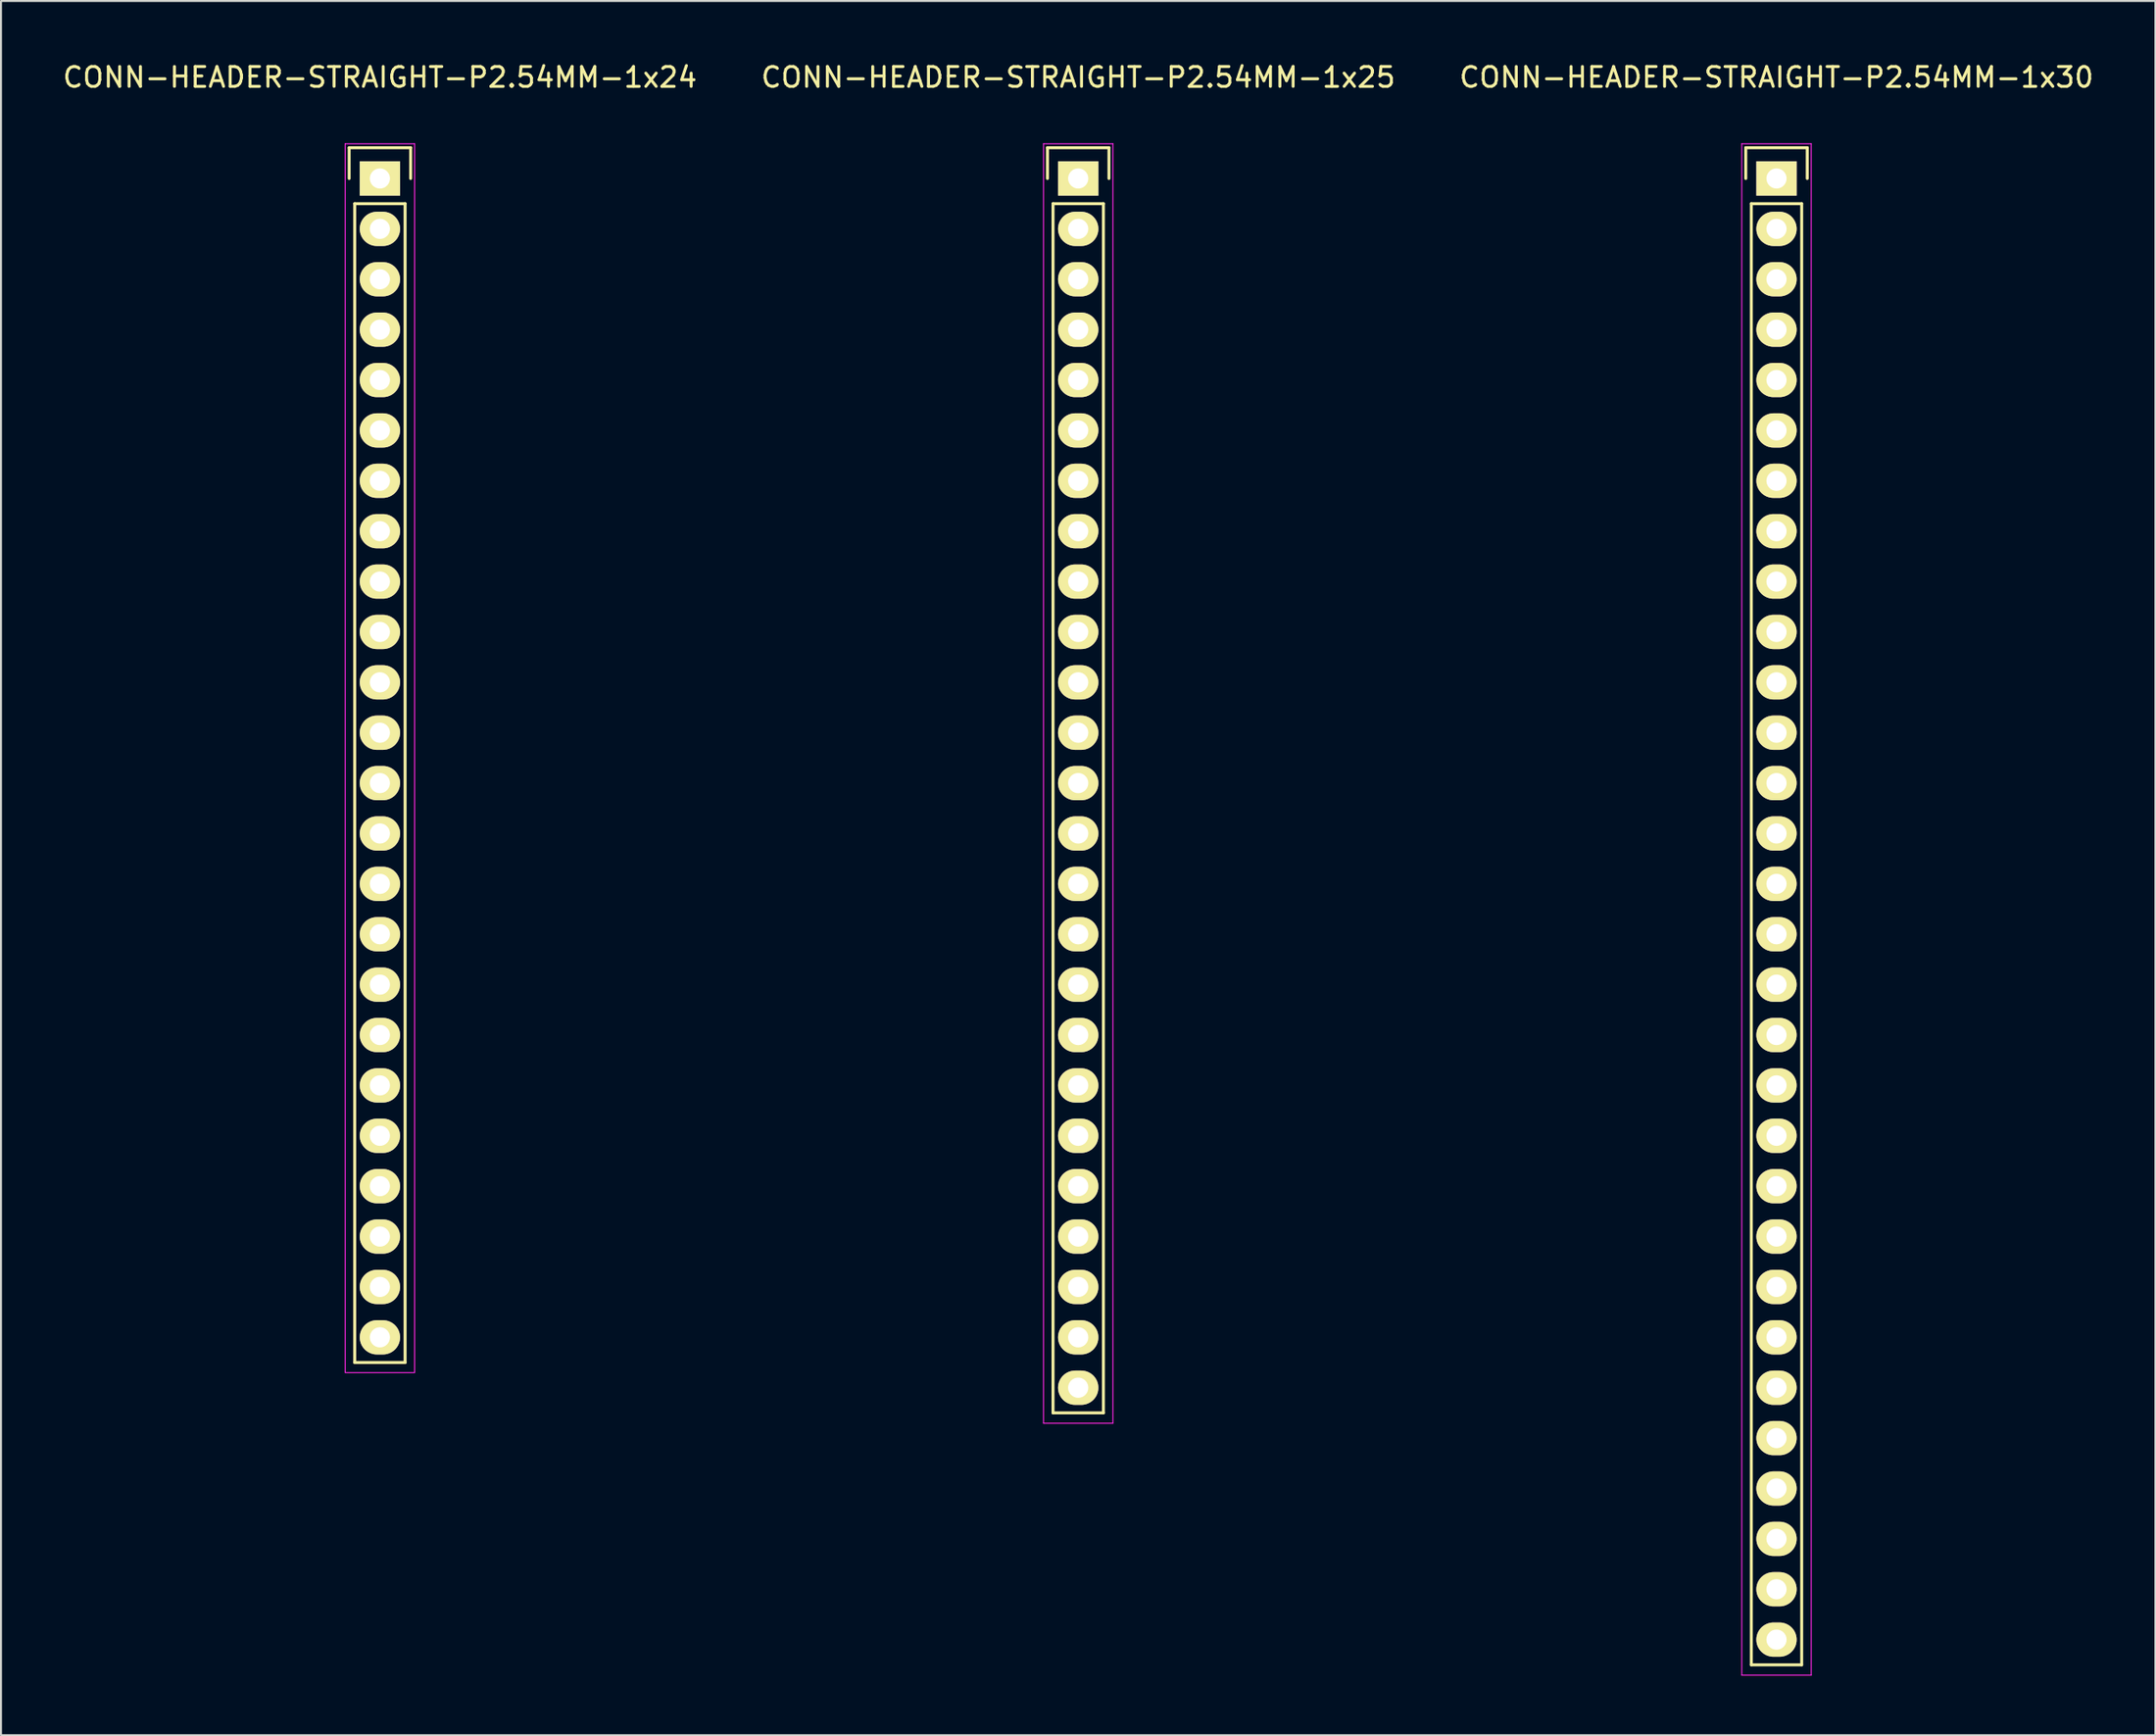
<source format=kicad_pcb>
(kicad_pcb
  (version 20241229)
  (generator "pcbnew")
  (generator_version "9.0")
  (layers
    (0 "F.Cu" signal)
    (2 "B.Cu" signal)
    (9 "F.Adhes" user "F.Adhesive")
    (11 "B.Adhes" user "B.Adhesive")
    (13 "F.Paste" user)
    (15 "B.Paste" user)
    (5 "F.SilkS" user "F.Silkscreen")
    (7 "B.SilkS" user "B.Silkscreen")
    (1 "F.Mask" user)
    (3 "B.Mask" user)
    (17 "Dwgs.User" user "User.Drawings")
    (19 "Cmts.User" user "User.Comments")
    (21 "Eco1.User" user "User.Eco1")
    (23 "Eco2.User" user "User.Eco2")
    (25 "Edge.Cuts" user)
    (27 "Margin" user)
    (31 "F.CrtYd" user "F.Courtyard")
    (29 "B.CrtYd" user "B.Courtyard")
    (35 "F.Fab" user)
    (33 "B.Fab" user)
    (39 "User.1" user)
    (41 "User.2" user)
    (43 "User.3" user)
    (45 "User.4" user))
  (footprint "CONN-HEADER-STRAIGHT-P2.54MM-1x24"
    (layer "F.Cu")
    (at 16.101 5.948)
    (property "Reference" "CONN-HEADER-STRAIGHT-P2.54MM-1x24" (at 0 -5.1 0) (layer "F.SilkS") (effects (font (size 1 1) (thickness 0.15))))
    (attr through_hole)
    (fp_line (start -1.55 -1.55) (end 1.55 -1.55) (stroke (width 0.15) (type solid)) (layer "F.SilkS"))
    (fp_line (start -1.55 0) (end -1.55 -1.55) (stroke (width 0.15) (type solid)) (layer "F.SilkS"))
    (fp_line (start -1.27 1.27) (end -1.27 59.69) (stroke (width 0.15) (type solid)) (layer "F.SilkS"))
    (fp_line (start -1.27 59.69) (end 1.27 59.69) (stroke (width 0.15) (type solid)) (layer "F.SilkS"))
    (fp_line (start 1.27 1.27) (end -1.27 1.27) (stroke (width 0.15) (type solid)) (layer "F.SilkS"))
    (fp_line (start 1.27 1.27) (end 1.27 59.69) (stroke (width 0.15) (type solid)) (layer "F.SilkS"))
    (fp_line (start 1.55 -1.55) (end 1.55 0) (stroke (width 0.15) (type solid)) (layer "F.SilkS"))
    (fp_line (start -1.75 -1.75) (end -1.75 60.2) (stroke (width 0.05) (type solid)) (layer "F.CrtYd"))
    (fp_line (start -1.75 -1.75) (end 1.75 -1.75) (stroke (width 0.05) (type solid)) (layer "F.CrtYd"))
    (fp_line (start -1.75 60.2) (end 1.75 60.2) (stroke (width 0.05) (type solid)) (layer "F.CrtYd"))
    (fp_line (start 1.75 -1.75) (end 1.75 60.2) (stroke (width 0.05) (type solid)) (layer "F.CrtYd"))
    (pad "1" thru_hole rect (at 0 0) (size 2.032 1.727) (drill 1.016) (layers "*.Cu" "*.Mask" "F.SilkS"))
    (pad "2" thru_hole oval (at 0 2.54) (size 2.032 1.727) (drill 1.016) (layers "*.Cu" "*.Mask" "F.SilkS"))
    (pad "3" thru_hole oval (at 0 5.08) (size 2.032 1.727) (drill 1.016) (layers "*.Cu" "*.Mask" "F.SilkS"))
    (pad "4" thru_hole oval (at 0 7.62) (size 2.032 1.727) (drill 1.016) (layers "*.Cu" "*.Mask" "F.SilkS"))
    (pad "5" thru_hole oval (at 0 10.16) (size 2.032 1.727) (drill 1.016) (layers "*.Cu" "*.Mask" "F.SilkS"))
    (pad "6" thru_hole oval (at 0 12.7) (size 2.032 1.727) (drill 1.016) (layers "*.Cu" "*.Mask" "F.SilkS"))
    (pad "7" thru_hole oval (at 0 15.24) (size 2.032 1.727) (drill 1.016) (layers "*.Cu" "*.Mask" "F.SilkS"))
    (pad "8" thru_hole oval (at 0 17.78) (size 2.032 1.727) (drill 1.016) (layers "*.Cu" "*.Mask" "F.SilkS"))
    (pad "9" thru_hole oval (at 0 20.32) (size 2.032 1.727) (drill 1.016) (layers "*.Cu" "*.Mask" "F.SilkS"))
    (pad "10" thru_hole oval (at 0 22.86) (size 2.032 1.727) (drill 1.016) (layers "*.Cu" "*.Mask" "F.SilkS"))
    (pad "11" thru_hole oval (at 0 25.4) (size 2.032 1.727) (drill 1.016) (layers "*.Cu" "*.Mask" "F.SilkS"))
    (pad "12" thru_hole oval (at 0 27.94) (size 2.032 1.727) (drill 1.016) (layers "*.Cu" "*.Mask" "F.SilkS"))
    (pad "13" thru_hole oval (at 0 30.48) (size 2.032 1.727) (drill 1.016) (layers "*.Cu" "*.Mask" "F.SilkS"))
    (pad "14" thru_hole oval (at 0 33.02) (size 2.032 1.727) (drill 1.016) (layers "*.Cu" "*.Mask" "F.SilkS"))
    (pad "15" thru_hole oval (at 0 35.56) (size 2.032 1.727) (drill 1.016) (layers "*.Cu" "*.Mask" "F.SilkS"))
    (pad "16" thru_hole oval (at 0 38.1) (size 2.032 1.727) (drill 1.016) (layers "*.Cu" "*.Mask" "F.SilkS"))
    (pad "17" thru_hole oval (at 0 40.64) (size 2.032 1.727) (drill 1.016) (layers "*.Cu" "*.Mask" "F.SilkS"))
    (pad "18" thru_hole oval (at 0 43.18) (size 2.032 1.727) (drill 1.016) (layers "*.Cu" "*.Mask" "F.SilkS"))
    (pad "19" thru_hole oval (at 0 45.72) (size 2.032 1.727) (drill 1.016) (layers "*.Cu" "*.Mask" "F.SilkS"))
    (pad "20" thru_hole oval (at 0 48.26) (size 2.032 1.727) (drill 1.016) (layers "*.Cu" "*.Mask" "F.SilkS"))
    (pad "21" thru_hole oval (at 0 50.8) (size 2.032 1.727) (drill 1.016) (layers "*.Cu" "*.Mask" "F.SilkS"))
    (pad "22" thru_hole oval (at 0 53.34) (size 2.032 1.727) (drill 1.016) (layers "*.Cu" "*.Mask" "F.SilkS"))
    (pad "23" thru_hole oval (at 0 55.88) (size 2.032 1.727) (drill 1.016) (layers "*.Cu" "*.Mask" "F.SilkS"))
    (pad "24" thru_hole oval (at 0 58.42) (size 2.032 1.727) (drill 1.016) (layers "*.Cu" "*.Mask" "F.SilkS")))
  (footprint "CONN-HEADER-STRAIGHT-P2.54MM-1x30"
    (layer "F.Cu")
    (at 86.506 5.948)
    (property "Reference" "CONN-HEADER-STRAIGHT-P2.54MM-1x30" (at 0 -5.1 0) (layer "F.SilkS") (effects (font (size 1 1) (thickness 0.15))))
    (attr through_hole)
    (fp_line (start -1.55 -1.55) (end 1.55 -1.55) (stroke (width 0.15) (type solid)) (layer "F.SilkS"))
    (fp_line (start -1.55 0) (end -1.55 -1.55) (stroke (width 0.15) (type solid)) (layer "F.SilkS"))
    (fp_line (start -1.27 1.27) (end -1.27 74.93) (stroke (width 0.15) (type solid)) (layer "F.SilkS"))
    (fp_line (start -1.27 74.93) (end 1.27 74.93) (stroke (width 0.15) (type solid)) (layer "F.SilkS"))
    (fp_line (start 1.27 1.27) (end -1.27 1.27) (stroke (width 0.15) (type solid)) (layer "F.SilkS"))
    (fp_line (start 1.27 74.93) (end 1.27 1.27) (stroke (width 0.15) (type solid)) (layer "F.SilkS"))
    (fp_line (start 1.55 -1.55) (end 1.55 0) (stroke (width 0.15) (type solid)) (layer "F.SilkS"))
    (fp_line (start -1.75 -1.75) (end -1.75 75.45) (stroke (width 0.05) (type solid)) (layer "F.CrtYd"))
    (fp_line (start -1.75 -1.75) (end 1.75 -1.75) (stroke (width 0.05) (type solid)) (layer "F.CrtYd"))
    (fp_line (start -1.75 75.45) (end 1.75 75.45) (stroke (width 0.05) (type solid)) (layer "F.CrtYd"))
    (fp_line (start 1.75 -1.75) (end 1.75 75.45) (stroke (width 0.05) (type solid)) (layer "F.CrtYd"))
    (pad "1" thru_hole rect (at 0 0) (size 2.032 1.727) (drill 1.016) (layers "*.Cu" "*.Mask" "F.SilkS"))
    (pad "2" thru_hole oval (at 0 2.54) (size 2.032 1.727) (drill 1.016) (layers "*.Cu" "*.Mask" "F.SilkS"))
    (pad "3" thru_hole oval (at 0 5.08) (size 2.032 1.727) (drill 1.016) (layers "*.Cu" "*.Mask" "F.SilkS"))
    (pad "4" thru_hole oval (at 0 7.62) (size 2.032 1.727) (drill 1.016) (layers "*.Cu" "*.Mask" "F.SilkS"))
    (pad "5" thru_hole oval (at 0 10.16) (size 2.032 1.727) (drill 1.016) (layers "*.Cu" "*.Mask" "F.SilkS"))
    (pad "6" thru_hole oval (at 0 12.7) (size 2.032 1.727) (drill 1.016) (layers "*.Cu" "*.Mask" "F.SilkS"))
    (pad "7" thru_hole oval (at 0 15.24) (size 2.032 1.727) (drill 1.016) (layers "*.Cu" "*.Mask" "F.SilkS"))
    (pad "8" thru_hole oval (at 0 17.78) (size 2.032 1.727) (drill 1.016) (layers "*.Cu" "*.Mask" "F.SilkS"))
    (pad "9" thru_hole oval (at 0 20.32) (size 2.032 1.727) (drill 1.016) (layers "*.Cu" "*.Mask" "F.SilkS"))
    (pad "10" thru_hole oval (at 0 22.86) (size 2.032 1.727) (drill 1.016) (layers "*.Cu" "*.Mask" "F.SilkS"))
    (pad "11" thru_hole oval (at 0 25.4) (size 2.032 1.727) (drill 1.016) (layers "*.Cu" "*.Mask" "F.SilkS"))
    (pad "12" thru_hole oval (at 0 27.94) (size 2.032 1.727) (drill 1.016) (layers "*.Cu" "*.Mask" "F.SilkS"))
    (pad "13" thru_hole oval (at 0 30.48) (size 2.032 1.727) (drill 1.016) (layers "*.Cu" "*.Mask" "F.SilkS"))
    (pad "14" thru_hole oval (at 0 33.02) (size 2.032 1.727) (drill 1.016) (layers "*.Cu" "*.Mask" "F.SilkS"))
    (pad "15" thru_hole oval (at 0 35.56) (size 2.032 1.727) (drill 1.016) (layers "*.Cu" "*.Mask" "F.SilkS"))
    (pad "16" thru_hole oval (at 0 38.1) (size 2.032 1.727) (drill 1.016) (layers "*.Cu" "*.Mask" "F.SilkS"))
    (pad "17" thru_hole oval (at 0 40.64) (size 2.032 1.727) (drill 1.016) (layers "*.Cu" "*.Mask" "F.SilkS"))
    (pad "18" thru_hole oval (at 0 43.18) (size 2.032 1.727) (drill 1.016) (layers "*.Cu" "*.Mask" "F.SilkS"))
    (pad "19" thru_hole oval (at 0 45.72) (size 2.032 1.727) (drill 1.016) (layers "*.Cu" "*.Mask" "F.SilkS"))
    (pad "20" thru_hole oval (at 0 48.26) (size 2.032 1.727) (drill 1.016) (layers "*.Cu" "*.Mask" "F.SilkS"))
    (pad "21" thru_hole oval (at 0 50.8) (size 2.032 1.727) (drill 1.016) (layers "*.Cu" "*.Mask" "F.SilkS"))
    (pad "22" thru_hole oval (at 0 53.34) (size 2.032 1.727) (drill 1.016) (layers "*.Cu" "*.Mask" "F.SilkS"))
    (pad "23" thru_hole oval (at 0 55.88) (size 2.032 1.727) (drill 1.016) (layers "*.Cu" "*.Mask" "F.SilkS"))
    (pad "24" thru_hole oval (at 0 58.42) (size 2.032 1.727) (drill 1.016) (layers "*.Cu" "*.Mask" "F.SilkS"))
    (pad "25" thru_hole oval (at 0 60.96) (size 2.032 1.727) (drill 1.016) (layers "*.Cu" "*.Mask" "F.SilkS"))
    (pad "26" thru_hole oval (at 0 63.5) (size 2.032 1.727) (drill 1.016) (layers "*.Cu" "*.Mask" "F.SilkS"))
    (pad "27" thru_hole oval (at 0 66.04) (size 2.032 1.727) (drill 1.016) (layers "*.Cu" "*.Mask" "F.SilkS"))
    (pad "28" thru_hole oval (at 0 68.58) (size 2.032 1.727) (drill 1.016) (layers "*.Cu" "*.Mask" "F.SilkS"))
    (pad "29" thru_hole oval (at 0 71.12) (size 2.032 1.727) (drill 1.016) (layers "*.Cu" "*.Mask" "F.SilkS"))
    (pad "30" thru_hole oval (at 0 73.66) (size 2.032 1.727) (drill 1.016) (layers "*.Cu" "*.Mask" "F.SilkS")))
  (footprint "CONN-HEADER-STRAIGHT-P2.54MM-1x25"
    (layer "F.Cu")
    (at 51.304 5.948)
    (property "Reference" "CONN-HEADER-STRAIGHT-P2.54MM-1x25" (at 0 -5.1 0) (layer "F.SilkS") (effects (font (size 1 1) (thickness 0.15))))
    (attr through_hole)
    (fp_line (start -1.55 -1.55) (end 1.55 -1.55) (stroke (width 0.15) (type solid)) (layer "F.SilkS"))
    (fp_line (start -1.55 0) (end -1.55 -1.55) (stroke (width 0.15) (type solid)) (layer "F.SilkS"))
    (fp_line (start -1.27 1.27) (end -1.27 62.23) (stroke (width 0.15) (type solid)) (layer "F.SilkS"))
    (fp_line (start -1.27 62.23) (end 1.27 62.23) (stroke (width 0.15) (type solid)) (layer "F.SilkS"))
    (fp_line (start 1.27 1.27) (end -1.27 1.27) (stroke (width 0.15) (type solid)) (layer "F.SilkS"))
    (fp_line (start 1.27 62.23) (end 1.27 1.27) (stroke (width 0.15) (type solid)) (layer "F.SilkS"))
    (fp_line (start 1.55 -1.55) (end 1.55 0) (stroke (width 0.15) (type solid)) (layer "F.SilkS"))
    (fp_line (start -1.75 -1.75) (end -1.75 62.75) (stroke (width 0.05) (type solid)) (layer "F.CrtYd"))
    (fp_line (start -1.75 -1.75) (end 1.75 -1.75) (stroke (width 0.05) (type solid)) (layer "F.CrtYd"))
    (fp_line (start -1.75 62.75) (end 1.75 62.75) (stroke (width 0.05) (type solid)) (layer "F.CrtYd"))
    (fp_line (start 1.75 -1.75) (end 1.75 62.75) (stroke (width 0.05) (type solid)) (layer "F.CrtYd"))
    (pad "1" thru_hole rect (at 0 0) (size 2.032 1.727) (drill 1.016) (layers "*.Cu" "*.Mask" "F.SilkS"))
    (pad "2" thru_hole oval (at 0 2.54) (size 2.032 1.727) (drill 1.016) (layers "*.Cu" "*.Mask" "F.SilkS"))
    (pad "3" thru_hole oval (at 0 5.08) (size 2.032 1.727) (drill 1.016) (layers "*.Cu" "*.Mask" "F.SilkS"))
    (pad "4" thru_hole oval (at 0 7.62) (size 2.032 1.727) (drill 1.016) (layers "*.Cu" "*.Mask" "F.SilkS"))
    (pad "5" thru_hole oval (at 0 10.16) (size 2.032 1.727) (drill 1.016) (layers "*.Cu" "*.Mask" "F.SilkS"))
    (pad "6" thru_hole oval (at 0 12.7) (size 2.032 1.727) (drill 1.016) (layers "*.Cu" "*.Mask" "F.SilkS"))
    (pad "7" thru_hole oval (at 0 15.24) (size 2.032 1.727) (drill 1.016) (layers "*.Cu" "*.Mask" "F.SilkS"))
    (pad "8" thru_hole oval (at 0 17.78) (size 2.032 1.727) (drill 1.016) (layers "*.Cu" "*.Mask" "F.SilkS"))
    (pad "9" thru_hole oval (at 0 20.32) (size 2.032 1.727) (drill 1.016) (layers "*.Cu" "*.Mask" "F.SilkS"))
    (pad "10" thru_hole oval (at 0 22.86) (size 2.032 1.727) (drill 1.016) (layers "*.Cu" "*.Mask" "F.SilkS"))
    (pad "11" thru_hole oval (at 0 25.4) (size 2.032 1.727) (drill 1.016) (layers "*.Cu" "*.Mask" "F.SilkS"))
    (pad "12" thru_hole oval (at 0 27.94) (size 2.032 1.727) (drill 1.016) (layers "*.Cu" "*.Mask" "F.SilkS"))
    (pad "13" thru_hole oval (at 0 30.48) (size 2.032 1.727) (drill 1.016) (layers "*.Cu" "*.Mask" "F.SilkS"))
    (pad "14" thru_hole oval (at 0 33.02) (size 2.032 1.727) (drill 1.016) (layers "*.Cu" "*.Mask" "F.SilkS"))
    (pad "15" thru_hole oval (at 0 35.56) (size 2.032 1.727) (drill 1.016) (layers "*.Cu" "*.Mask" "F.SilkS"))
    (pad "16" thru_hole oval (at 0 38.1) (size 2.032 1.727) (drill 1.016) (layers "*.Cu" "*.Mask" "F.SilkS"))
    (pad "17" thru_hole oval (at 0 40.64) (size 2.032 1.727) (drill 1.016) (layers "*.Cu" "*.Mask" "F.SilkS"))
    (pad "18" thru_hole oval (at 0 43.18) (size 2.032 1.727) (drill 1.016) (layers "*.Cu" "*.Mask" "F.SilkS"))
    (pad "19" thru_hole oval (at 0 45.72) (size 2.032 1.727) (drill 1.016) (layers "*.Cu" "*.Mask" "F.SilkS"))
    (pad "20" thru_hole oval (at 0 48.26) (size 2.032 1.727) (drill 1.016) (layers "*.Cu" "*.Mask" "F.SilkS"))
    (pad "21" thru_hole oval (at 0 50.8) (size 2.032 1.727) (drill 1.016) (layers "*.Cu" "*.Mask" "F.SilkS"))
    (pad "22" thru_hole oval (at 0 53.34) (size 2.032 1.727) (drill 1.016) (layers "*.Cu" "*.Mask" "F.SilkS"))
    (pad "23" thru_hole oval (at 0 55.88) (size 2.032 1.727) (drill 1.016) (layers "*.Cu" "*.Mask" "F.SilkS"))
    (pad "24" thru_hole oval (at 0 58.42) (size 2.032 1.727) (drill 1.016) (layers "*.Cu" "*.Mask" "F.SilkS"))
    (pad "25" thru_hole oval (at 0 60.96) (size 2.032 1.727) (drill 1.016) (layers "*.Cu" "*.Mask" "F.SilkS")))
  (gr_rect
    (start -3 -3)
    (end 105.607 84.423)
    (stroke (width 0.1) (type default))
    (fill no)
    (layer "Edge.Cuts")))
</source>
